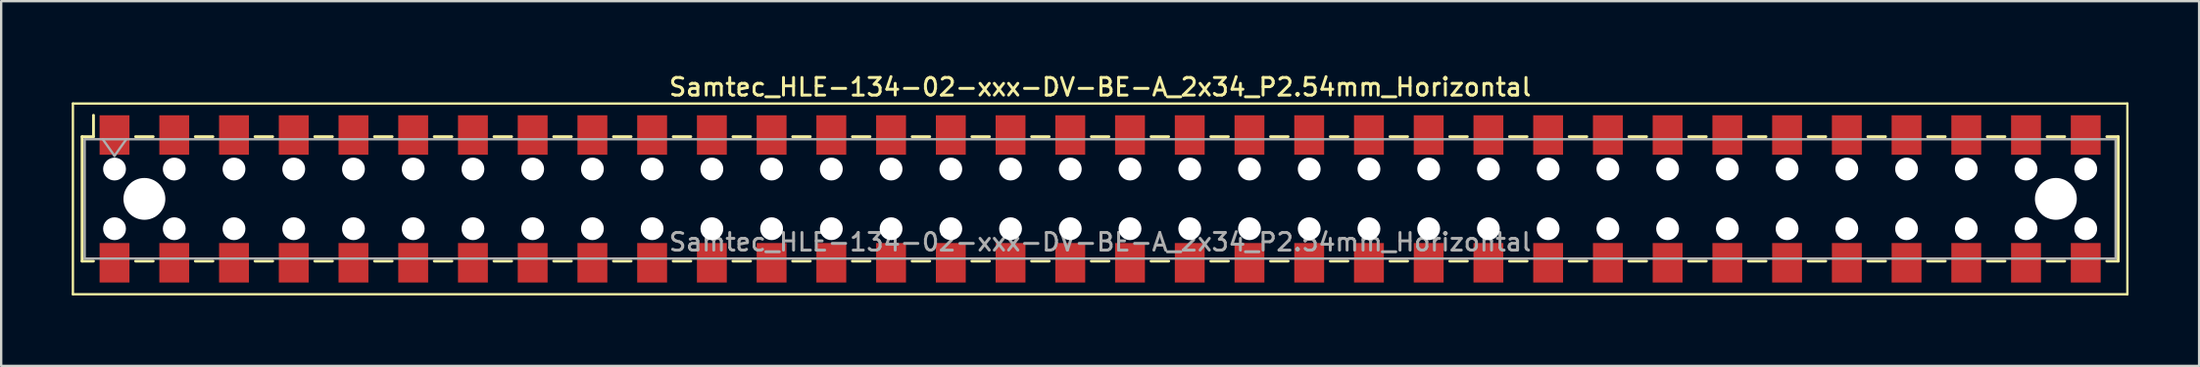
<source format=kicad_pcb>
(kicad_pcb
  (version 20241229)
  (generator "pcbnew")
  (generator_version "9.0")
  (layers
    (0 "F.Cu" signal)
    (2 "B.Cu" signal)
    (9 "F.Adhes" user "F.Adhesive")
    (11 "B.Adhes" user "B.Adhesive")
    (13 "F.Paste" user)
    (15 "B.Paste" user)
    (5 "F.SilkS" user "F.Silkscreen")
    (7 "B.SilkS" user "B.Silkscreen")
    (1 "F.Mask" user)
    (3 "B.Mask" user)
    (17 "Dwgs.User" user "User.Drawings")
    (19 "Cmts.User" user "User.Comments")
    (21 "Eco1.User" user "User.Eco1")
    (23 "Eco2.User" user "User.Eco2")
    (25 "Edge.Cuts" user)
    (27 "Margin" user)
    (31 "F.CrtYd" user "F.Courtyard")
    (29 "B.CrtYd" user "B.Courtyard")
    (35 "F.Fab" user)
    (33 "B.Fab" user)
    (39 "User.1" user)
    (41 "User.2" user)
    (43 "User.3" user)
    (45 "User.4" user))
  (footprint "Samtec_HLE-134-02-xxx-DV-BE-A_2x34_P2.54mm_Horizontal"
    (layer "F.Cu")
    (at 43.73 5.418)
    (property "Reference" "Samtec_HLE-134-02-xxx-DV-BE-A_2x34_P2.54mm_Horizontal" (at 0 -4.76 0) (layer "F.SilkS") (effects (font (size 0.75 0.75) (thickness 0.125))))
    (attr smd)
    (fp_line (start -43.68 -4.06) (end 43.68 -4.06) (stroke (width 0.1) (type solid)) (layer "F.SilkS"))
    (fp_line (start -43.68 4.06) (end -43.68 -4.06) (stroke (width 0.1) (type solid)) (layer "F.SilkS"))
    (fp_line (start -43.29 -2.65) (end -43.29 2.65) (stroke (width 0.12) (type solid)) (layer "F.SilkS"))
    (fp_line (start -43.29 2.65) (end -42.805 2.65) (stroke (width 0.12) (type solid)) (layer "F.SilkS"))
    (fp_line (start -42.805 -3.56) (end -42.805 -2.65) (stroke (width 0.12) (type solid)) (layer "F.SilkS"))
    (fp_line (start -42.805 -2.65) (end -43.29 -2.65) (stroke (width 0.12) (type solid)) (layer "F.SilkS"))
    (fp_line (start -41.015 -2.65) (end -40.265 -2.65) (stroke (width 0.12) (type solid)) (layer "F.SilkS"))
    (fp_line (start -41.015 2.65) (end -40.265 2.65) (stroke (width 0.12) (type solid)) (layer "F.SilkS"))
    (fp_line (start -38.475 -2.65) (end -37.725 -2.65) (stroke (width 0.12) (type solid)) (layer "F.SilkS"))
    (fp_line (start -38.475 2.65) (end -37.725 2.65) (stroke (width 0.12) (type solid)) (layer "F.SilkS"))
    (fp_line (start -35.935 -2.65) (end -35.185 -2.65) (stroke (width 0.12) (type solid)) (layer "F.SilkS"))
    (fp_line (start -35.935 2.65) (end -35.185 2.65) (stroke (width 0.12) (type solid)) (layer "F.SilkS"))
    (fp_line (start -33.395 -2.65) (end -32.645 -2.65) (stroke (width 0.12) (type solid)) (layer "F.SilkS"))
    (fp_line (start -33.395 2.65) (end -32.645 2.65) (stroke (width 0.12) (type solid)) (layer "F.SilkS"))
    (fp_line (start -30.855 -2.65) (end -30.105 -2.65) (stroke (width 0.12) (type solid)) (layer "F.SilkS"))
    (fp_line (start -30.855 2.65) (end -30.105 2.65) (stroke (width 0.12) (type solid)) (layer "F.SilkS"))
    (fp_line (start -28.315 -2.65) (end -27.565 -2.65) (stroke (width 0.12) (type solid)) (layer "F.SilkS"))
    (fp_line (start -28.315 2.65) (end -27.565 2.65) (stroke (width 0.12) (type solid)) (layer "F.SilkS"))
    (fp_line (start -25.775 -2.65) (end -25.025 -2.65) (stroke (width 0.12) (type solid)) (layer "F.SilkS"))
    (fp_line (start -25.775 2.65) (end -25.025 2.65) (stroke (width 0.12) (type solid)) (layer "F.SilkS"))
    (fp_line (start -23.235 -2.65) (end -22.485 -2.65) (stroke (width 0.12) (type solid)) (layer "F.SilkS"))
    (fp_line (start -23.235 2.65) (end -22.485 2.65) (stroke (width 0.12) (type solid)) (layer "F.SilkS"))
    (fp_line (start -20.695 -2.65) (end -19.945 -2.65) (stroke (width 0.12) (type solid)) (layer "F.SilkS"))
    (fp_line (start -20.695 2.65) (end -19.945 2.65) (stroke (width 0.12) (type solid)) (layer "F.SilkS"))
    (fp_line (start -18.155 -2.65) (end -17.405 -2.65) (stroke (width 0.12) (type solid)) (layer "F.SilkS"))
    (fp_line (start -18.155 2.65) (end -17.405 2.65) (stroke (width 0.12) (type solid)) (layer "F.SilkS"))
    (fp_line (start -15.615 -2.65) (end -14.865 -2.65) (stroke (width 0.12) (type solid)) (layer "F.SilkS"))
    (fp_line (start -15.615 2.65) (end -14.865 2.65) (stroke (width 0.12) (type solid)) (layer "F.SilkS"))
    (fp_line (start -13.075 -2.65) (end -12.325 -2.65) (stroke (width 0.12) (type solid)) (layer "F.SilkS"))
    (fp_line (start -13.075 2.65) (end -12.325 2.65) (stroke (width 0.12) (type solid)) (layer "F.SilkS"))
    (fp_line (start -10.535 -2.65) (end -9.785 -2.65) (stroke (width 0.12) (type solid)) (layer "F.SilkS"))
    (fp_line (start -10.535 2.65) (end -9.785 2.65) (stroke (width 0.12) (type solid)) (layer "F.SilkS"))
    (fp_line (start -7.995 -2.65) (end -7.245 -2.65) (stroke (width 0.12) (type solid)) (layer "F.SilkS"))
    (fp_line (start -7.995 2.65) (end -7.245 2.65) (stroke (width 0.12) (type solid)) (layer "F.SilkS"))
    (fp_line (start -5.455 -2.65) (end -4.705 -2.65) (stroke (width 0.12) (type solid)) (layer "F.SilkS"))
    (fp_line (start -5.455 2.65) (end -4.705 2.65) (stroke (width 0.12) (type solid)) (layer "F.SilkS"))
    (fp_line (start -2.915 -2.65) (end -2.165 -2.65) (stroke (width 0.12) (type solid)) (layer "F.SilkS"))
    (fp_line (start -2.915 2.65) (end -2.165 2.65) (stroke (width 0.12) (type solid)) (layer "F.SilkS"))
    (fp_line (start -0.375 -2.65) (end 0.375 -2.65) (stroke (width 0.12) (type solid)) (layer "F.SilkS"))
    (fp_line (start -0.375 2.65) (end 0.375 2.65) (stroke (width 0.12) (type solid)) (layer "F.SilkS"))
    (fp_line (start 2.165 -2.65) (end 2.915 -2.65) (stroke (width 0.12) (type solid)) (layer "F.SilkS"))
    (fp_line (start 2.165 2.65) (end 2.915 2.65) (stroke (width 0.12) (type solid)) (layer "F.SilkS"))
    (fp_line (start 4.705 -2.65) (end 5.455 -2.65) (stroke (width 0.12) (type solid)) (layer "F.SilkS"))
    (fp_line (start 4.705 2.65) (end 5.455 2.65) (stroke (width 0.12) (type solid)) (layer "F.SilkS"))
    (fp_line (start 7.245 -2.65) (end 7.995 -2.65) (stroke (width 0.12) (type solid)) (layer "F.SilkS"))
    (fp_line (start 7.245 2.65) (end 7.995 2.65) (stroke (width 0.12) (type solid)) (layer "F.SilkS"))
    (fp_line (start 9.785 -2.65) (end 10.535 -2.65) (stroke (width 0.12) (type solid)) (layer "F.SilkS"))
    (fp_line (start 9.785 2.65) (end 10.535 2.65) (stroke (width 0.12) (type solid)) (layer "F.SilkS"))
    (fp_line (start 12.325 -2.65) (end 13.075 -2.65) (stroke (width 0.12) (type solid)) (layer "F.SilkS"))
    (fp_line (start 12.325 2.65) (end 13.075 2.65) (stroke (width 0.12) (type solid)) (layer "F.SilkS"))
    (fp_line (start 14.865 -2.65) (end 15.615 -2.65) (stroke (width 0.12) (type solid)) (layer "F.SilkS"))
    (fp_line (start 14.865 2.65) (end 15.615 2.65) (stroke (width 0.12) (type solid)) (layer "F.SilkS"))
    (fp_line (start 17.405 -2.65) (end 18.155 -2.65) (stroke (width 0.12) (type solid)) (layer "F.SilkS"))
    (fp_line (start 17.405 2.65) (end 18.155 2.65) (stroke (width 0.12) (type solid)) (layer "F.SilkS"))
    (fp_line (start 19.945 -2.65) (end 20.695 -2.65) (stroke (width 0.12) (type solid)) (layer "F.SilkS"))
    (fp_line (start 19.945 2.65) (end 20.695 2.65) (stroke (width 0.12) (type solid)) (layer "F.SilkS"))
    (fp_line (start 22.485 -2.65) (end 23.235 -2.65) (stroke (width 0.12) (type solid)) (layer "F.SilkS"))
    (fp_line (start 22.485 2.65) (end 23.235 2.65) (stroke (width 0.12) (type solid)) (layer "F.SilkS"))
    (fp_line (start 25.025 -2.65) (end 25.775 -2.65) (stroke (width 0.12) (type solid)) (layer "F.SilkS"))
    (fp_line (start 25.025 2.65) (end 25.775 2.65) (stroke (width 0.12) (type solid)) (layer "F.SilkS"))
    (fp_line (start 27.565 -2.65) (end 28.315 -2.65) (stroke (width 0.12) (type solid)) (layer "F.SilkS"))
    (fp_line (start 27.565 2.65) (end 28.315 2.65) (stroke (width 0.12) (type solid)) (layer "F.SilkS"))
    (fp_line (start 30.105 -2.65) (end 30.855 -2.65) (stroke (width 0.12) (type solid)) (layer "F.SilkS"))
    (fp_line (start 30.105 2.65) (end 30.855 2.65) (stroke (width 0.12) (type solid)) (layer "F.SilkS"))
    (fp_line (start 32.645 -2.65) (end 33.395 -2.65) (stroke (width 0.12) (type solid)) (layer "F.SilkS"))
    (fp_line (start 32.645 2.65) (end 33.395 2.65) (stroke (width 0.12) (type solid)) (layer "F.SilkS"))
    (fp_line (start 35.185 -2.65) (end 35.935 -2.65) (stroke (width 0.12) (type solid)) (layer "F.SilkS"))
    (fp_line (start 35.185 2.65) (end 35.935 2.65) (stroke (width 0.12) (type solid)) (layer "F.SilkS"))
    (fp_line (start 37.725 -2.65) (end 38.475 -2.65) (stroke (width 0.12) (type solid)) (layer "F.SilkS"))
    (fp_line (start 37.725 2.65) (end 38.475 2.65) (stroke (width 0.12) (type solid)) (layer "F.SilkS"))
    (fp_line (start 40.265 -2.65) (end 41.015 -2.65) (stroke (width 0.12) (type solid)) (layer "F.SilkS"))
    (fp_line (start 40.265 2.65) (end 41.015 2.65) (stroke (width 0.12) (type solid)) (layer "F.SilkS"))
    (fp_line (start 42.805 -2.65) (end 43.29 -2.65) (stroke (width 0.12) (type solid)) (layer "F.SilkS"))
    (fp_line (start 43.29 -2.65) (end 43.29 2.65) (stroke (width 0.12) (type solid)) (layer "F.SilkS"))
    (fp_line (start 43.29 2.65) (end 42.805 2.65) (stroke (width 0.12) (type solid)) (layer "F.SilkS"))
    (fp_line (start 43.68 -4.06) (end 43.68 4.06) (stroke (width 0.1) (type solid)) (layer "F.SilkS"))
    (fp_line (start 43.68 4.06) (end -43.68 4.06) (stroke (width 0.1) (type solid)) (layer "F.SilkS"))
    (fp_line (start -43.18 -2.54) (end 43.18 -2.54) (stroke (width 0.1) (type solid)) (layer "F.Fab"))
    (fp_line (start -43.18 2.54) (end -43.18 -2.54) (stroke (width 0.1) (type solid)) (layer "F.Fab"))
    (fp_line (start -42.41 -2.54) (end -41.91 -1.833) (stroke (width 0.1) (type solid)) (layer "F.Fab"))
    (fp_line (start -41.91 -1.833) (end -41.41 -2.54) (stroke (width 0.1) (type solid)) (layer "F.Fab"))
    (fp_line (start 43.18 -2.54) (end 43.18 2.54) (stroke (width 0.1) (type solid)) (layer "F.Fab"))
    (fp_line (start 43.18 2.54) (end -43.18 2.54) (stroke (width 0.1) (type solid)) (layer "F.Fab"))
    (fp_text user "${REFERENCE}" (at 0 1.84 0) (layer "F.Fab") (effects (font (size 0.75 0.75) (thickness 0.125))))
    (pad "" np_thru_hole circle (at -41.91 -1.27) (size 0.97 0.97) (drill 0.97) (layers "*.Cu" "*.Mask"))
    (pad "" np_thru_hole circle (at -41.91 1.27) (size 0.97 0.97) (drill 0.97) (layers "*.Cu" "*.Mask"))
    (pad "" np_thru_hole circle (at -40.64 0) (size 1.78 1.78) (drill 1.78) (layers "*.Cu" "*.Mask"))
    (pad "" np_thru_hole circle (at -39.37 -1.27) (size 0.97 0.97) (drill 0.97) (layers "*.Cu" "*.Mask"))
    (pad "" np_thru_hole circle (at -39.37 1.27) (size 0.97 0.97) (drill 0.97) (layers "*.Cu" "*.Mask"))
    (pad "" np_thru_hole circle (at -36.83 -1.27) (size 0.97 0.97) (drill 0.97) (layers "*.Cu" "*.Mask"))
    (pad "" np_thru_hole circle (at -36.83 1.27) (size 0.97 0.97) (drill 0.97) (layers "*.Cu" "*.Mask"))
    (pad "" np_thru_hole circle (at -34.29 -1.27) (size 0.97 0.97) (drill 0.97) (layers "*.Cu" "*.Mask"))
    (pad "" np_thru_hole circle (at -34.29 1.27) (size 0.97 0.97) (drill 0.97) (layers "*.Cu" "*.Mask"))
    (pad "" np_thru_hole circle (at -31.75 -1.27) (size 0.97 0.97) (drill 0.97) (layers "*.Cu" "*.Mask"))
    (pad "" np_thru_hole circle (at -31.75 1.27) (size 0.97 0.97) (drill 0.97) (layers "*.Cu" "*.Mask"))
    (pad "" np_thru_hole circle (at -29.21 -1.27) (size 0.97 0.97) (drill 0.97) (layers "*.Cu" "*.Mask"))
    (pad "" np_thru_hole circle (at -29.21 1.27) (size 0.97 0.97) (drill 0.97) (layers "*.Cu" "*.Mask"))
    (pad "" np_thru_hole circle (at -26.67 -1.27) (size 0.97 0.97) (drill 0.97) (layers "*.Cu" "*.Mask"))
    (pad "" np_thru_hole circle (at -26.67 1.27) (size 0.97 0.97) (drill 0.97) (layers "*.Cu" "*.Mask"))
    (pad "" np_thru_hole circle (at -24.13 -1.27) (size 0.97 0.97) (drill 0.97) (layers "*.Cu" "*.Mask"))
    (pad "" np_thru_hole circle (at -24.13 1.27) (size 0.97 0.97) (drill 0.97) (layers "*.Cu" "*.Mask"))
    (pad "" np_thru_hole circle (at -21.59 -1.27) (size 0.97 0.97) (drill 0.97) (layers "*.Cu" "*.Mask"))
    (pad "" np_thru_hole circle (at -21.59 1.27) (size 0.97 0.97) (drill 0.97) (layers "*.Cu" "*.Mask"))
    (pad "" np_thru_hole circle (at -19.05 -1.27) (size 0.97 0.97) (drill 0.97) (layers "*.Cu" "*.Mask"))
    (pad "" np_thru_hole circle (at -19.05 1.27) (size 0.97 0.97) (drill 0.97) (layers "*.Cu" "*.Mask"))
    (pad "" np_thru_hole circle (at -16.51 -1.27) (size 0.97 0.97) (drill 0.97) (layers "*.Cu" "*.Mask"))
    (pad "" np_thru_hole circle (at -16.51 1.27) (size 0.97 0.97) (drill 0.97) (layers "*.Cu" "*.Mask"))
    (pad "" np_thru_hole circle (at -13.97 -1.27) (size 0.97 0.97) (drill 0.97) (layers "*.Cu" "*.Mask"))
    (pad "" np_thru_hole circle (at -13.97 1.27) (size 0.97 0.97) (drill 0.97) (layers "*.Cu" "*.Mask"))
    (pad "" np_thru_hole circle (at -11.43 -1.27) (size 0.97 0.97) (drill 0.97) (layers "*.Cu" "*.Mask"))
    (pad "" np_thru_hole circle (at -11.43 1.27) (size 0.97 0.97) (drill 0.97) (layers "*.Cu" "*.Mask"))
    (pad "" np_thru_hole circle (at -8.89 -1.27) (size 0.97 0.97) (drill 0.97) (layers "*.Cu" "*.Mask"))
    (pad "" np_thru_hole circle (at -8.89 1.27) (size 0.97 0.97) (drill 0.97) (layers "*.Cu" "*.Mask"))
    (pad "" np_thru_hole circle (at -6.35 -1.27) (size 0.97 0.97) (drill 0.97) (layers "*.Cu" "*.Mask"))
    (pad "" np_thru_hole circle (at -6.35 1.27) (size 0.97 0.97) (drill 0.97) (layers "*.Cu" "*.Mask"))
    (pad "" np_thru_hole circle (at -3.81 -1.27) (size 0.97 0.97) (drill 0.97) (layers "*.Cu" "*.Mask"))
    (pad "" np_thru_hole circle (at -3.81 1.27) (size 0.97 0.97) (drill 0.97) (layers "*.Cu" "*.Mask"))
    (pad "" np_thru_hole circle (at -1.27 -1.27) (size 0.97 0.97) (drill 0.97) (layers "*.Cu" "*.Mask"))
    (pad "" np_thru_hole circle (at -1.27 1.27) (size 0.97 0.97) (drill 0.97) (layers "*.Cu" "*.Mask"))
    (pad "" np_thru_hole circle (at 1.27 -1.27) (size 0.97 0.97) (drill 0.97) (layers "*.Cu" "*.Mask"))
    (pad "" np_thru_hole circle (at 1.27 1.27) (size 0.97 0.97) (drill 0.97) (layers "*.Cu" "*.Mask"))
    (pad "" np_thru_hole circle (at 3.81 -1.27) (size 0.97 0.97) (drill 0.97) (layers "*.Cu" "*.Mask"))
    (pad "" np_thru_hole circle (at 3.81 1.27) (size 0.97 0.97) (drill 0.97) (layers "*.Cu" "*.Mask"))
    (pad "" np_thru_hole circle (at 6.35 -1.27) (size 0.97 0.97) (drill 0.97) (layers "*.Cu" "*.Mask"))
    (pad "" np_thru_hole circle (at 6.35 1.27) (size 0.97 0.97) (drill 0.97) (layers "*.Cu" "*.Mask"))
    (pad "" np_thru_hole circle (at 8.89 -1.27) (size 0.97 0.97) (drill 0.97) (layers "*.Cu" "*.Mask"))
    (pad "" np_thru_hole circle (at 8.89 1.27) (size 0.97 0.97) (drill 0.97) (layers "*.Cu" "*.Mask"))
    (pad "" np_thru_hole circle (at 11.43 -1.27) (size 0.97 0.97) (drill 0.97) (layers "*.Cu" "*.Mask"))
    (pad "" np_thru_hole circle (at 11.43 1.27) (size 0.97 0.97) (drill 0.97) (layers "*.Cu" "*.Mask"))
    (pad "" np_thru_hole circle (at 13.97 -1.27) (size 0.97 0.97) (drill 0.97) (layers "*.Cu" "*.Mask"))
    (pad "" np_thru_hole circle (at 13.97 1.27) (size 0.97 0.97) (drill 0.97) (layers "*.Cu" "*.Mask"))
    (pad "" np_thru_hole circle (at 16.51 -1.27) (size 0.97 0.97) (drill 0.97) (layers "*.Cu" "*.Mask"))
    (pad "" np_thru_hole circle (at 16.51 1.27) (size 0.97 0.97) (drill 0.97) (layers "*.Cu" "*.Mask"))
    (pad "" np_thru_hole circle (at 19.05 -1.27) (size 0.97 0.97) (drill 0.97) (layers "*.Cu" "*.Mask"))
    (pad "" np_thru_hole circle (at 19.05 1.27) (size 0.97 0.97) (drill 0.97) (layers "*.Cu" "*.Mask"))
    (pad "" np_thru_hole circle (at 21.59 -1.27) (size 0.97 0.97) (drill 0.97) (layers "*.Cu" "*.Mask"))
    (pad "" np_thru_hole circle (at 21.59 1.27) (size 0.97 0.97) (drill 0.97) (layers "*.Cu" "*.Mask"))
    (pad "" np_thru_hole circle (at 24.13 -1.27) (size 0.97 0.97) (drill 0.97) (layers "*.Cu" "*.Mask"))
    (pad "" np_thru_hole circle (at 24.13 1.27) (size 0.97 0.97) (drill 0.97) (layers "*.Cu" "*.Mask"))
    (pad "" np_thru_hole circle (at 26.67 -1.27) (size 0.97 0.97) (drill 0.97) (layers "*.Cu" "*.Mask"))
    (pad "" np_thru_hole circle (at 26.67 1.27) (size 0.97 0.97) (drill 0.97) (layers "*.Cu" "*.Mask"))
    (pad "" np_thru_hole circle (at 29.21 -1.27) (size 0.97 0.97) (drill 0.97) (layers "*.Cu" "*.Mask"))
    (pad "" np_thru_hole circle (at 29.21 1.27) (size 0.97 0.97) (drill 0.97) (layers "*.Cu" "*.Mask"))
    (pad "" np_thru_hole circle (at 31.75 -1.27) (size 0.97 0.97) (drill 0.97) (layers "*.Cu" "*.Mask"))
    (pad "" np_thru_hole circle (at 31.75 1.27) (size 0.97 0.97) (drill 0.97) (layers "*.Cu" "*.Mask"))
    (pad "" np_thru_hole circle (at 34.29 -1.27) (size 0.97 0.97) (drill 0.97) (layers "*.Cu" "*.Mask"))
    (pad "" np_thru_hole circle (at 34.29 1.27) (size 0.97 0.97) (drill 0.97) (layers "*.Cu" "*.Mask"))
    (pad "" np_thru_hole circle (at 36.83 -1.27) (size 0.97 0.97) (drill 0.97) (layers "*.Cu" "*.Mask"))
    (pad "" np_thru_hole circle (at 36.83 1.27) (size 0.97 0.97) (drill 0.97) (layers "*.Cu" "*.Mask"))
    (pad "" np_thru_hole circle (at 39.37 -1.27) (size 0.97 0.97) (drill 0.97) (layers "*.Cu" "*.Mask"))
    (pad "" np_thru_hole circle (at 39.37 1.27) (size 0.97 0.97) (drill 0.97) (layers "*.Cu" "*.Mask"))
    (pad "" np_thru_hole circle (at 40.64 0) (size 1.78 1.78) (drill 1.78) (layers "*.Cu" "*.Mask"))
    (pad "" np_thru_hole circle (at 41.91 -1.27) (size 0.97 0.97) (drill 0.97) (layers "*.Cu" "*.Mask"))
    (pad "" np_thru_hole circle (at 41.91 1.27) (size 0.97 0.97) (drill 0.97) (layers "*.Cu" "*.Mask"))
    (pad "1" smd rect (at -41.91 -2.72) (size 1.27 1.68) (layers "F.Cu" "F.Mask" "F.Paste"))
    (pad "2" smd rect (at -41.91 2.72) (size 1.27 1.68) (layers "F.Cu" "F.Mask" "F.Paste"))
    (pad "3" smd rect (at -39.37 -2.72) (size 1.27 1.68) (layers "F.Cu" "F.Mask" "F.Paste"))
    (pad "4" smd rect (at -39.37 2.72) (size 1.27 1.68) (layers "F.Cu" "F.Mask" "F.Paste"))
    (pad "5" smd rect (at -36.83 -2.72) (size 1.27 1.68) (layers "F.Cu" "F.Mask" "F.Paste"))
    (pad "6" smd rect (at -36.83 2.72) (size 1.27 1.68) (layers "F.Cu" "F.Mask" "F.Paste"))
    (pad "7" smd rect (at -34.29 -2.72) (size 1.27 1.68) (layers "F.Cu" "F.Mask" "F.Paste"))
    (pad "8" smd rect (at -34.29 2.72) (size 1.27 1.68) (layers "F.Cu" "F.Mask" "F.Paste"))
    (pad "9" smd rect (at -31.75 -2.72) (size 1.27 1.68) (layers "F.Cu" "F.Mask" "F.Paste"))
    (pad "10" smd rect (at -31.75 2.72) (size 1.27 1.68) (layers "F.Cu" "F.Mask" "F.Paste"))
    (pad "11" smd rect (at -29.21 -2.72) (size 1.27 1.68) (layers "F.Cu" "F.Mask" "F.Paste"))
    (pad "12" smd rect (at -29.21 2.72) (size 1.27 1.68) (layers "F.Cu" "F.Mask" "F.Paste"))
    (pad "13" smd rect (at -26.67 -2.72) (size 1.27 1.68) (layers "F.Cu" "F.Mask" "F.Paste"))
    (pad "14" smd rect (at -26.67 2.72) (size 1.27 1.68) (layers "F.Cu" "F.Mask" "F.Paste"))
    (pad "15" smd rect (at -24.13 -2.72) (size 1.27 1.68) (layers "F.Cu" "F.Mask" "F.Paste"))
    (pad "16" smd rect (at -24.13 2.72) (size 1.27 1.68) (layers "F.Cu" "F.Mask" "F.Paste"))
    (pad "17" smd rect (at -21.59 -2.72) (size 1.27 1.68) (layers "F.Cu" "F.Mask" "F.Paste"))
    (pad "18" smd rect (at -21.59 2.72) (size 1.27 1.68) (layers "F.Cu" "F.Mask" "F.Paste"))
    (pad "19" smd rect (at -19.05 -2.72) (size 1.27 1.68) (layers "F.Cu" "F.Mask" "F.Paste"))
    (pad "20" smd rect (at -19.05 2.72) (size 1.27 1.68) (layers "F.Cu" "F.Mask" "F.Paste"))
    (pad "21" smd rect (at -16.51 -2.72) (size 1.27 1.68) (layers "F.Cu" "F.Mask" "F.Paste"))
    (pad "22" smd rect (at -16.51 2.72) (size 1.27 1.68) (layers "F.Cu" "F.Mask" "F.Paste"))
    (pad "23" smd rect (at -13.97 -2.72) (size 1.27 1.68) (layers "F.Cu" "F.Mask" "F.Paste"))
    (pad "24" smd rect (at -13.97 2.72) (size 1.27 1.68) (layers "F.Cu" "F.Mask" "F.Paste"))
    (pad "25" smd rect (at -11.43 -2.72) (size 1.27 1.68) (layers "F.Cu" "F.Mask" "F.Paste"))
    (pad "26" smd rect (at -11.43 2.72) (size 1.27 1.68) (layers "F.Cu" "F.Mask" "F.Paste"))
    (pad "27" smd rect (at -8.89 -2.72) (size 1.27 1.68) (layers "F.Cu" "F.Mask" "F.Paste"))
    (pad "28" smd rect (at -8.89 2.72) (size 1.27 1.68) (layers "F.Cu" "F.Mask" "F.Paste"))
    (pad "29" smd rect (at -6.35 -2.72) (size 1.27 1.68) (layers "F.Cu" "F.Mask" "F.Paste"))
    (pad "30" smd rect (at -6.35 2.72) (size 1.27 1.68) (layers "F.Cu" "F.Mask" "F.Paste"))
    (pad "31" smd rect (at -3.81 -2.72) (size 1.27 1.68) (layers "F.Cu" "F.Mask" "F.Paste"))
    (pad "32" smd rect (at -3.81 2.72) (size 1.27 1.68) (layers "F.Cu" "F.Mask" "F.Paste"))
    (pad "33" smd rect (at -1.27 -2.72) (size 1.27 1.68) (layers "F.Cu" "F.Mask" "F.Paste"))
    (pad "34" smd rect (at -1.27 2.72) (size 1.27 1.68) (layers "F.Cu" "F.Mask" "F.Paste"))
    (pad "35" smd rect (at 1.27 -2.72) (size 1.27 1.68) (layers "F.Cu" "F.Mask" "F.Paste"))
    (pad "36" smd rect (at 1.27 2.72) (size 1.27 1.68) (layers "F.Cu" "F.Mask" "F.Paste"))
    (pad "37" smd rect (at 3.81 -2.72) (size 1.27 1.68) (layers "F.Cu" "F.Mask" "F.Paste"))
    (pad "38" smd rect (at 3.81 2.72) (size 1.27 1.68) (layers "F.Cu" "F.Mask" "F.Paste"))
    (pad "39" smd rect (at 6.35 -2.72) (size 1.27 1.68) (layers "F.Cu" "F.Mask" "F.Paste"))
    (pad "40" smd rect (at 6.35 2.72) (size 1.27 1.68) (layers "F.Cu" "F.Mask" "F.Paste"))
    (pad "41" smd rect (at 8.89 -2.72) (size 1.27 1.68) (layers "F.Cu" "F.Mask" "F.Paste"))
    (pad "42" smd rect (at 8.89 2.72) (size 1.27 1.68) (layers "F.Cu" "F.Mask" "F.Paste"))
    (pad "43" smd rect (at 11.43 -2.72) (size 1.27 1.68) (layers "F.Cu" "F.Mask" "F.Paste"))
    (pad "44" smd rect (at 11.43 2.72) (size 1.27 1.68) (layers "F.Cu" "F.Mask" "F.Paste"))
    (pad "45" smd rect (at 13.97 -2.72) (size 1.27 1.68) (layers "F.Cu" "F.Mask" "F.Paste"))
    (pad "46" smd rect (at 13.97 2.72) (size 1.27 1.68) (layers "F.Cu" "F.Mask" "F.Paste"))
    (pad "47" smd rect (at 16.51 -2.72) (size 1.27 1.68) (layers "F.Cu" "F.Mask" "F.Paste"))
    (pad "48" smd rect (at 16.51 2.72) (size 1.27 1.68) (layers "F.Cu" "F.Mask" "F.Paste"))
    (pad "49" smd rect (at 19.05 -2.72) (size 1.27 1.68) (layers "F.Cu" "F.Mask" "F.Paste"))
    (pad "50" smd rect (at 19.05 2.72) (size 1.27 1.68) (layers "F.Cu" "F.Mask" "F.Paste"))
    (pad "51" smd rect (at 21.59 -2.72) (size 1.27 1.68) (layers "F.Cu" "F.Mask" "F.Paste"))
    (pad "52" smd rect (at 21.59 2.72) (size 1.27 1.68) (layers "F.Cu" "F.Mask" "F.Paste"))
    (pad "53" smd rect (at 24.13 -2.72) (size 1.27 1.68) (layers "F.Cu" "F.Mask" "F.Paste"))
    (pad "54" smd rect (at 24.13 2.72) (size 1.27 1.68) (layers "F.Cu" "F.Mask" "F.Paste"))
    (pad "55" smd rect (at 26.67 -2.72) (size 1.27 1.68) (layers "F.Cu" "F.Mask" "F.Paste"))
    (pad "56" smd rect (at 26.67 2.72) (size 1.27 1.68) (layers "F.Cu" "F.Mask" "F.Paste"))
    (pad "57" smd rect (at 29.21 -2.72) (size 1.27 1.68) (layers "F.Cu" "F.Mask" "F.Paste"))
    (pad "58" smd rect (at 29.21 2.72) (size 1.27 1.68) (layers "F.Cu" "F.Mask" "F.Paste"))
    (pad "59" smd rect (at 31.75 -2.72) (size 1.27 1.68) (layers "F.Cu" "F.Mask" "F.Paste"))
    (pad "60" smd rect (at 31.75 2.72) (size 1.27 1.68) (layers "F.Cu" "F.Mask" "F.Paste"))
    (pad "61" smd rect (at 34.29 -2.72) (size 1.27 1.68) (layers "F.Cu" "F.Mask" "F.Paste"))
    (pad "62" smd rect (at 34.29 2.72) (size 1.27 1.68) (layers "F.Cu" "F.Mask" "F.Paste"))
    (pad "63" smd rect (at 36.83 -2.72) (size 1.27 1.68) (layers "F.Cu" "F.Mask" "F.Paste"))
    (pad "64" smd rect (at 36.83 2.72) (size 1.27 1.68) (layers "F.Cu" "F.Mask" "F.Paste"))
    (pad "65" smd rect (at 39.37 -2.72) (size 1.27 1.68) (layers "F.Cu" "F.Mask" "F.Paste"))
    (pad "66" smd rect (at 39.37 2.72) (size 1.27 1.68) (layers "F.Cu" "F.Mask" "F.Paste"))
    (pad "67" smd rect (at 41.91 -2.72) (size 1.27 1.68) (layers "F.Cu" "F.Mask" "F.Paste"))
    (pad "68" smd rect (at 41.91 2.72) (size 1.27 1.68) (layers "F.Cu" "F.Mask" "F.Paste")))
  (gr_rect
    (start -3 -3)
    (end 90.46 12.528)
    (stroke (width 0.1) (type default))
    (fill no)
    (layer "Edge.Cuts")))
</source>
